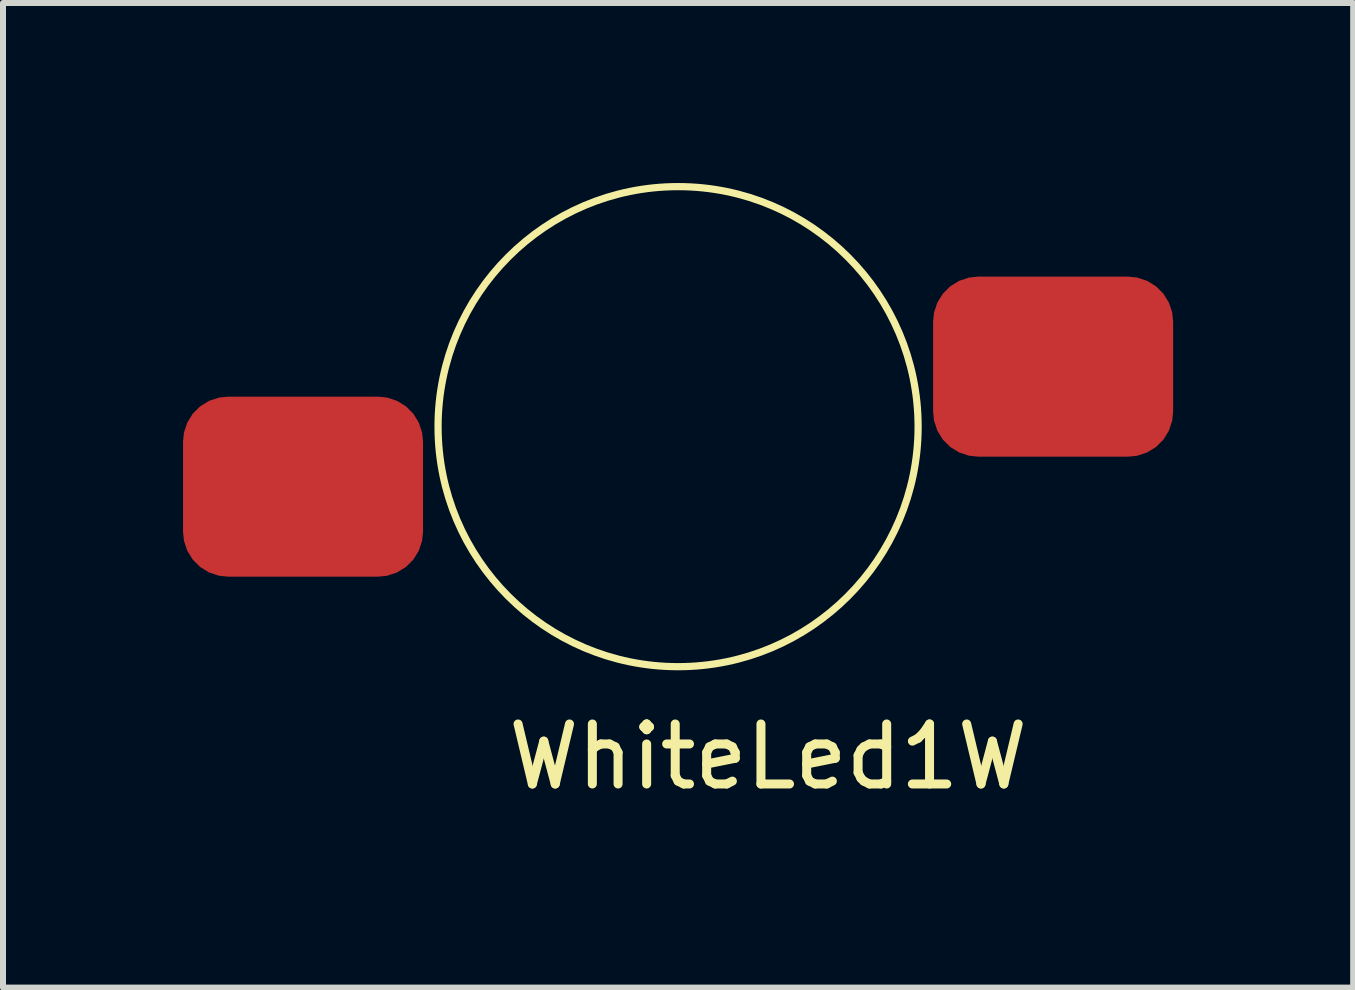
<source format=kicad_pcb>
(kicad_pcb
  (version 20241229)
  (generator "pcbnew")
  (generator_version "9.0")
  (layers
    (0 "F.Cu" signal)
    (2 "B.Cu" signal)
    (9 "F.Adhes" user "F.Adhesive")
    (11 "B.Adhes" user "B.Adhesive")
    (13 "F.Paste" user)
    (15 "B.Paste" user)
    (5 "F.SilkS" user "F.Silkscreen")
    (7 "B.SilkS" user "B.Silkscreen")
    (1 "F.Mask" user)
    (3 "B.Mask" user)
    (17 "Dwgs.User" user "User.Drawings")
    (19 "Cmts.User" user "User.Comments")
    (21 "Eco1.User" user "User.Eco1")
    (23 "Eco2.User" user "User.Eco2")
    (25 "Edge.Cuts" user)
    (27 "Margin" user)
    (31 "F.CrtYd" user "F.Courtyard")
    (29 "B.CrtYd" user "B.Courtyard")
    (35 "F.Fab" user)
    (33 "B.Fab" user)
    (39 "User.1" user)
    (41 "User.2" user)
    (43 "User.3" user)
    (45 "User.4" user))
  (footprint "WhiteLed1W"
    (layer "F.Cu")
    (at 8.25 4.06)
    (property "Reference" "WhiteLed1W" (at 1.5 5.5 0) (layer "F.SilkS") (effects (font (size 1 1) (thickness 0.15))))
    (attr through_hole)
    (fp_circle (center 0 0) (end 1.75 0) (stroke (width 3.5) (type solid)) (fill no) (layer "F.Mask"))
    (fp_circle (center 0 0) (end 4 0) (stroke (width 0.12) (type solid)) (fill no) (layer "F.SilkS"))
    (pad "1" smd roundrect (at -6.25 1) (size 4 3) (layers "F.Cu" "F.Mask" "F.Paste") (roundrect_rratio 0.25))
    (pad "2" smd roundrect (at 6.25 -1 180) (size 4 3) (layers "F.Cu" "F.Mask" "F.Paste") (roundrect_rratio 0.25)))
  (gr_rect
    (start -3 -3)
    (end 19.5 13.408)
    (stroke (width 0.1) (type default))
    (fill no)
    (layer "Edge.Cuts")))
</source>
